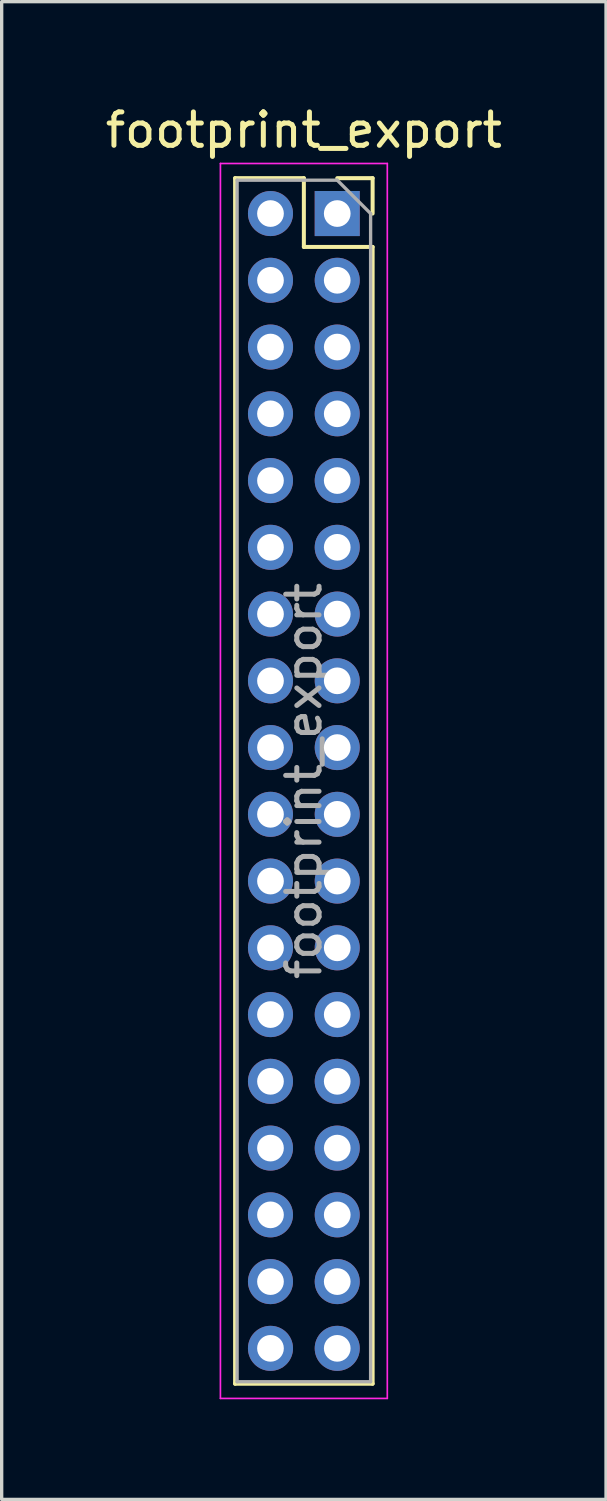
<source format=kicad_pcb>
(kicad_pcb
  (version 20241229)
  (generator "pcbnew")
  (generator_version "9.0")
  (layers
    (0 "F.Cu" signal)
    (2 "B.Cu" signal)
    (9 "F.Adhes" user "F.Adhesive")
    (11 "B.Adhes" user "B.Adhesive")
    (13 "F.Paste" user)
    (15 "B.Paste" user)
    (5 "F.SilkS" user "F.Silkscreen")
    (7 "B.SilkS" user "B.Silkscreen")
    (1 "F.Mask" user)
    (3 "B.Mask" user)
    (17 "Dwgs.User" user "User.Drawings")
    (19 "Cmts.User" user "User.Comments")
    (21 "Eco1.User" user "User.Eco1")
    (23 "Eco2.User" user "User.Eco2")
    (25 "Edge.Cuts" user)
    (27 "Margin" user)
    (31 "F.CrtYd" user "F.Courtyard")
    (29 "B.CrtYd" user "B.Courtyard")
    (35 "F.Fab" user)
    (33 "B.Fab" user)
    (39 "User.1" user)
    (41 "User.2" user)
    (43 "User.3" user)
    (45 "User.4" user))
  (footprint "footprint_export"
    (layer "F.Cu")
    (at 7.054 3.348)
    (property "Reference" "footprint_export" (at -1 -2.5 0) (layer "F.SilkS") (effects (font (size 1 1) (thickness 0.15))))
    (attr through_hole)
    (fp_line (start -3.06 -1.06) (end -3.06 35.06) (stroke (width 0.12) (type solid)) (layer "F.SilkS"))
    (fp_line (start -3.06 -1.06) (end -1 -1.06) (stroke (width 0.12) (type solid)) (layer "F.SilkS"))
    (fp_line (start -3.06 35.06) (end 1.06 35.06) (stroke (width 0.12) (type solid)) (layer "F.SilkS"))
    (fp_line (start -1 -1.06) (end -1 1) (stroke (width 0.12) (type solid)) (layer "F.SilkS"))
    (fp_line (start -1 1) (end 1.06 1) (stroke (width 0.12) (type solid)) (layer "F.SilkS"))
    (fp_line (start 0 -1.06) (end 1.06 -1.06) (stroke (width 0.12) (type solid)) (layer "F.SilkS"))
    (fp_line (start 1.06 -1.06) (end 1.06 0) (stroke (width 0.12) (type solid)) (layer "F.SilkS"))
    (fp_line (start 1.06 1) (end 1.06 35.06) (stroke (width 0.12) (type solid)) (layer "F.SilkS"))
    (fp_line (start -3.5 -1.5) (end 1.5 -1.5) (stroke (width 0.05) (type solid)) (layer "F.CrtYd"))
    (fp_line (start -3.5 35.5) (end -3.5 -1.5) (stroke (width 0.05) (type solid)) (layer "F.CrtYd"))
    (fp_line (start 1.5 -1.5) (end 1.5 35.5) (stroke (width 0.05) (type solid)) (layer "F.CrtYd"))
    (fp_line (start 1.5 35.5) (end -3.5 35.5) (stroke (width 0.05) (type solid)) (layer "F.CrtYd"))
    (fp_line (start -3 -1) (end 0 -1) (stroke (width 0.1) (type solid)) (layer "F.Fab"))
    (fp_line (start -3 35) (end -3 -1) (stroke (width 0.1) (type solid)) (layer "F.Fab"))
    (fp_line (start 0 -1) (end 1 0) (stroke (width 0.1) (type solid)) (layer "F.Fab"))
    (fp_line (start 1 0) (end 1 35) (stroke (width 0.1) (type solid)) (layer "F.Fab"))
    (fp_line (start 1 35) (end -3 35) (stroke (width 0.1) (type solid)) (layer "F.Fab"))
    (fp_text user "${REFERENCE}" (at -1 17 90) (layer "F.Fab") (effects (font (size 1 1) (thickness 0.15))))
    (pad "1" thru_hole rect (at 0 0) (size 1.35 1.35) (drill 0.8) (layers "*.Cu" "*.Mask"))
    (pad "2" thru_hole oval (at -2 0) (size 1.35 1.35) (drill 0.8) (layers "*.Cu" "*.Mask"))
    (pad "3" thru_hole oval (at 0 2) (size 1.35 1.35) (drill 0.8) (layers "*.Cu" "*.Mask"))
    (pad "4" thru_hole oval (at -2 2) (size 1.35 1.35) (drill 0.8) (layers "*.Cu" "*.Mask"))
    (pad "5" thru_hole oval (at 0 4) (size 1.35 1.35) (drill 0.8) (layers "*.Cu" "*.Mask"))
    (pad "6" thru_hole oval (at -2 4) (size 1.35 1.35) (drill 0.8) (layers "*.Cu" "*.Mask"))
    (pad "7" thru_hole oval (at 0 6) (size 1.35 1.35) (drill 0.8) (layers "*.Cu" "*.Mask"))
    (pad "8" thru_hole oval (at -2 6) (size 1.35 1.35) (drill 0.8) (layers "*.Cu" "*.Mask"))
    (pad "9" thru_hole oval (at 0 8) (size 1.35 1.35) (drill 0.8) (layers "*.Cu" "*.Mask"))
    (pad "10" thru_hole oval (at -2 8) (size 1.35 1.35) (drill 0.8) (layers "*.Cu" "*.Mask"))
    (pad "11" thru_hole oval (at 0 10) (size 1.35 1.35) (drill 0.8) (layers "*.Cu" "*.Mask"))
    (pad "12" thru_hole oval (at -2 10) (size 1.35 1.35) (drill 0.8) (layers "*.Cu" "*.Mask"))
    (pad "13" thru_hole oval (at 0 12) (size 1.35 1.35) (drill 0.8) (layers "*.Cu" "*.Mask"))
    (pad "14" thru_hole oval (at -2 12) (size 1.35 1.35) (drill 0.8) (layers "*.Cu" "*.Mask"))
    (pad "15" thru_hole oval (at 0 14) (size 1.35 1.35) (drill 0.8) (layers "*.Cu" "*.Mask"))
    (pad "16" thru_hole oval (at -2 14) (size 1.35 1.35) (drill 0.8) (layers "*.Cu" "*.Mask"))
    (pad "17" thru_hole oval (at 0 16) (size 1.35 1.35) (drill 0.8) (layers "*.Cu" "*.Mask"))
    (pad "18" thru_hole oval (at -2 16) (size 1.35 1.35) (drill 0.8) (layers "*.Cu" "*.Mask"))
    (pad "19" thru_hole oval (at 0 18) (size 1.35 1.35) (drill 0.8) (layers "*.Cu" "*.Mask"))
    (pad "20" thru_hole oval (at -2 18) (size 1.35 1.35) (drill 0.8) (layers "*.Cu" "*.Mask"))
    (pad "21" thru_hole oval (at 0 20) (size 1.35 1.35) (drill 0.8) (layers "*.Cu" "*.Mask"))
    (pad "22" thru_hole oval (at -2 20) (size 1.35 1.35) (drill 0.8) (layers "*.Cu" "*.Mask"))
    (pad "23" thru_hole oval (at 0 22) (size 1.35 1.35) (drill 0.8) (layers "*.Cu" "*.Mask"))
    (pad "24" thru_hole oval (at -2 22) (size 1.35 1.35) (drill 0.8) (layers "*.Cu" "*.Mask"))
    (pad "25" thru_hole oval (at 0 24) (size 1.35 1.35) (drill 0.8) (layers "*.Cu" "*.Mask"))
    (pad "26" thru_hole oval (at -2 24) (size 1.35 1.35) (drill 0.8) (layers "*.Cu" "*.Mask"))
    (pad "27" thru_hole oval (at 0 26) (size 1.35 1.35) (drill 0.8) (layers "*.Cu" "*.Mask"))
    (pad "28" thru_hole oval (at -2 26) (size 1.35 1.35) (drill 0.8) (layers "*.Cu" "*.Mask"))
    (pad "29" thru_hole oval (at 0 28) (size 1.35 1.35) (drill 0.8) (layers "*.Cu" "*.Mask"))
    (pad "30" thru_hole oval (at -2 28) (size 1.35 1.35) (drill 0.8) (layers "*.Cu" "*.Mask"))
    (pad "31" thru_hole oval (at 0 30) (size 1.35 1.35) (drill 0.8) (layers "*.Cu" "*.Mask"))
    (pad "32" thru_hole oval (at -2 30) (size 1.35 1.35) (drill 0.8) (layers "*.Cu" "*.Mask"))
    (pad "33" thru_hole oval (at 0 32) (size 1.35 1.35) (drill 0.8) (layers "*.Cu" "*.Mask"))
    (pad "34" thru_hole oval (at -2 32) (size 1.35 1.35) (drill 0.8) (layers "*.Cu" "*.Mask"))
    (pad "35" thru_hole oval (at 0 34) (size 1.35 1.35) (drill 0.8) (layers "*.Cu" "*.Mask"))
    (pad "36" thru_hole oval (at -2 34) (size 1.35 1.35) (drill 0.8) (layers "*.Cu" "*.Mask")))
  (gr_rect
    (start -3 -3)
    (end 15.107 41.873)
    (stroke (width 0.1) (type default))
    (fill no)
    (layer "Edge.Cuts")))
</source>
